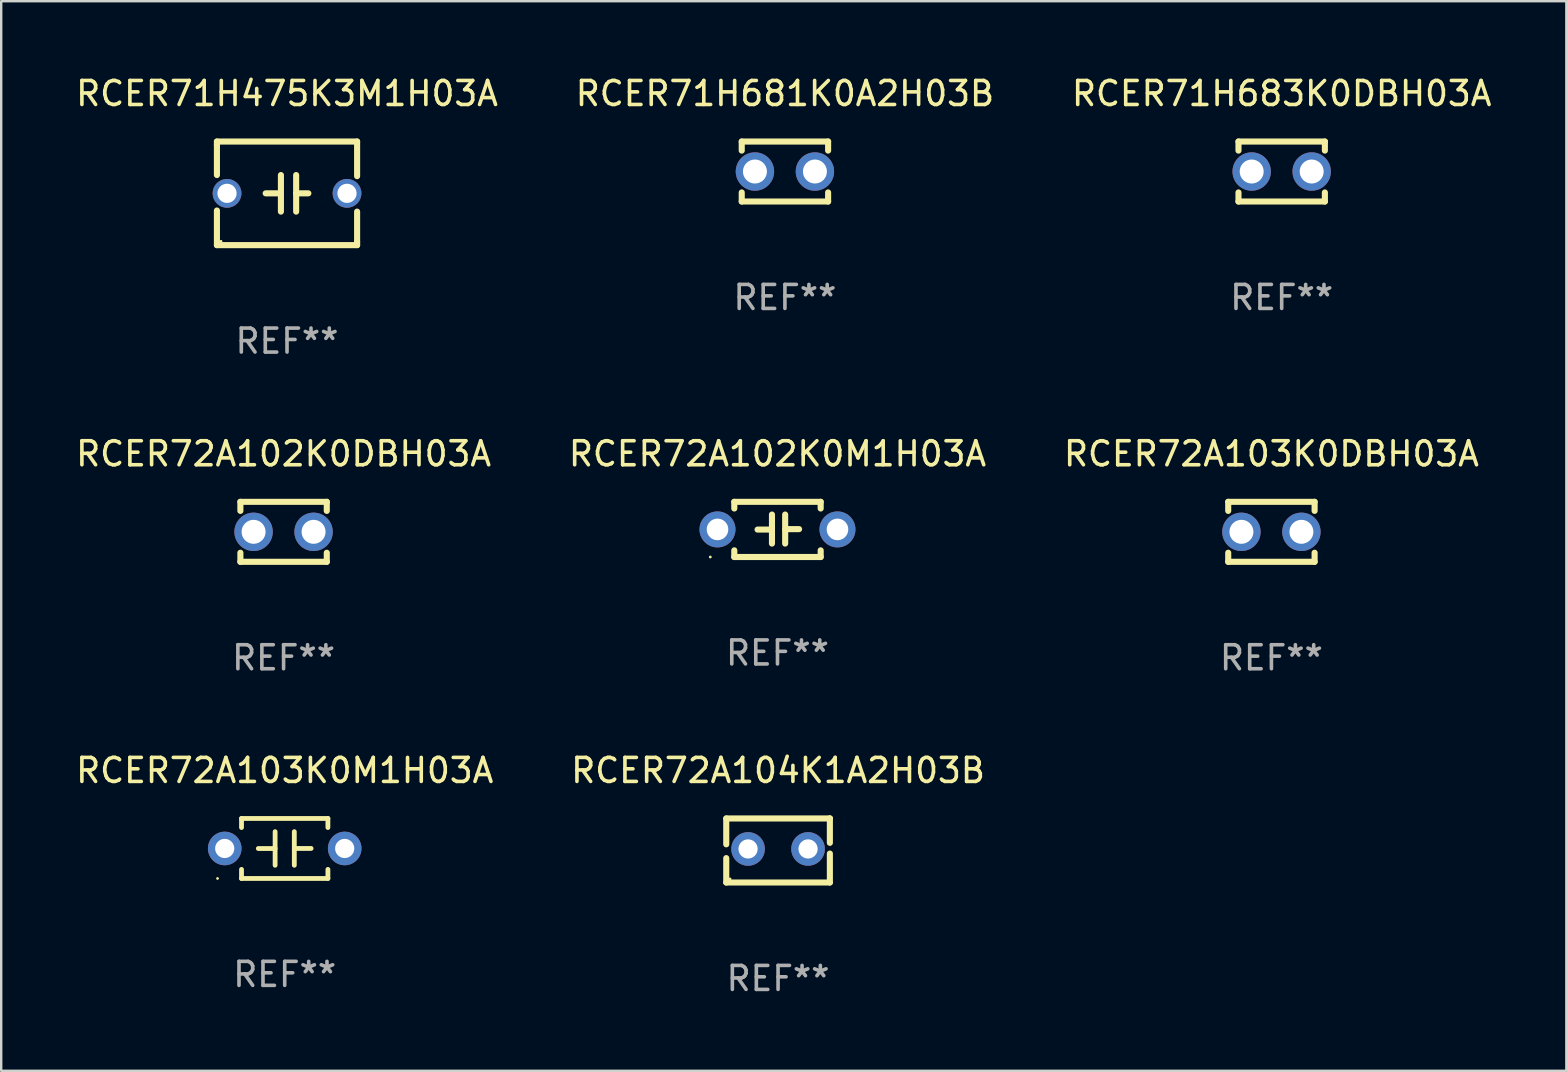
<source format=kicad_pcb>
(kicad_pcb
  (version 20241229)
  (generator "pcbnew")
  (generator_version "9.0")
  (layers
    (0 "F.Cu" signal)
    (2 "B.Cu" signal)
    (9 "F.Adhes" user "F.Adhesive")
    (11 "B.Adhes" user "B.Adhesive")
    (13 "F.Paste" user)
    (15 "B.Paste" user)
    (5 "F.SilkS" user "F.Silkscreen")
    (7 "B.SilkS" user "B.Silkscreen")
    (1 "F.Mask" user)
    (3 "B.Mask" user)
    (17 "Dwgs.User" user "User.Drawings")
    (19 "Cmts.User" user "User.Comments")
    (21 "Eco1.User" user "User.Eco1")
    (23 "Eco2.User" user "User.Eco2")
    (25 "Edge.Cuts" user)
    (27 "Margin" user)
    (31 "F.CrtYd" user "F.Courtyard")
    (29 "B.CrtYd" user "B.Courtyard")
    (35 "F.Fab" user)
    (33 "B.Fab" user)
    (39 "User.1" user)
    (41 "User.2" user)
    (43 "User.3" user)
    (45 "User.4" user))
  (footprint "RCER71H475K3M1H03A"
    (layer "F.Cu")
    (at 8.911 5.007)
    (property "Reference" "RCER71H475K3M1H03A" (at 0 -4.159 0) (layer "F.SilkS") (effects (font (size 1 1) (thickness 0.15))))
    (attr through_hole)
    (fp_line (start -2.921 -2.159) (end 2.921 -2.159) (stroke (width 0.254) (type solid)) (layer "F.SilkS"))
    (fp_line (start -2.921 -2.032) (end -2.921 -2.159) (stroke (width 0.254) (type solid)) (layer "F.SilkS"))
    (fp_line (start -2.921 -0.762) (end -2.921 -2.032) (stroke (width 0.254) (type solid)) (layer "F.SilkS"))
    (fp_line (start -2.921 2.159) (end -2.921 0.716) (stroke (width 0.254) (type solid)) (layer "F.SilkS"))
    (fp_line (start -0.381 -0.000025) (end -0.889 -0.000025) (stroke (width 0.254) (type solid)) (layer "F.SilkS"))
    (fp_line (start -0.254 -0.762) (end -0.254 0.762) (stroke (width 0.254) (type solid)) (layer "F.SilkS"))
    (fp_line (start 0.381 -0.762) (end 0.381 0.762) (stroke (width 0.254) (type solid)) (layer "F.SilkS"))
    (fp_line (start 0.381 0.000025) (end 0.889 0.000025) (stroke (width 0.254) (type solid)) (layer "F.SilkS"))
    (fp_line (start 2.921 -2.159) (end 2.921 -0.716) (stroke (width 0.254) (type solid)) (layer "F.SilkS"))
    (fp_line (start 2.921 0.762) (end 2.921 2.032) (stroke (width 0.254) (type solid)) (layer "F.SilkS"))
    (fp_line (start 2.921 2.032) (end 2.921 2.159) (stroke (width 0.254) (type solid)) (layer "F.SilkS"))
    (fp_line (start 2.921 2.159) (end -2.921 2.159) (stroke (width 0.254) (type solid)) (layer "F.SilkS"))
    (fp_circle (center -2.75 2) (end -2.72 2) (stroke (width 0.06) (type solid)) (fill no) (layer "F.SilkS"))
    (fp_text user "REF**" (at 0 6.159 0) (layer "F.Fab") (effects (font (size 1 1) (thickness 0.15))))
    (pad "1" thru_hole circle (at -2.5 0) (size 1.2 1.2) (drill 0.8) (layers "*.Cu" "*.Mask"))
    (pad "2" thru_hole circle (at 2.5 0) (size 1.2 1.2) (drill 0.8) (layers "*.Cu" "*.Mask")))
  (footprint "RCER72A103K0M1H03A"
    (layer "F.Cu")
    (at 8.815 32.309)
    (property "Reference" "RCER72A103K0M1H03A" (at 0 -3.25 0) (layer "F.SilkS") (effects (font (size 1 1) (thickness 0.15))))
    (attr through_hole)
    (fp_line (start -1.8 -1.25) (end -1.8 -0.872) (stroke (width 0.2) (type solid)) (layer "F.SilkS"))
    (fp_line (start -1.8 -1.25) (end 1.8 -1.25) (stroke (width 0.2) (type solid)) (layer "F.SilkS"))
    (fp_line (start -1.8 0.872) (end -1.8 1.25) (stroke (width 0.2) (type solid)) (layer "F.SilkS"))
    (fp_line (start -1.8 1.25) (end 1.8 1.25) (stroke (width 0.2) (type solid)) (layer "F.SilkS"))
    (fp_line (start -0.4 -0.7) (end -0.4 0.7) (stroke (width 0.2) (type solid)) (layer "F.SilkS"))
    (fp_line (start -0.4 0.002) (end -1.1 0.002) (stroke (width 0.2) (type solid)) (layer "F.SilkS"))
    (fp_line (start 0.4 -0.001) (end 1.1 -0.001) (stroke (width 0.2) (type solid)) (layer "F.SilkS"))
    (fp_line (start 0.4 0.7) (end 0.4 -0.7) (stroke (width 0.2) (type solid)) (layer "F.SilkS"))
    (fp_line (start 1.8 -1.25) (end 1.8 -0.872) (stroke (width 0.2) (type solid)) (layer "F.SilkS"))
    (fp_line (start 1.8 0.872) (end 1.8 1.25) (stroke (width 0.2) (type solid)) (layer "F.SilkS"))
    (fp_circle (center -2.8 1.25) (end -2.77 1.25) (stroke (width 0.06) (type solid)) (fill no) (layer "F.SilkS"))
    (fp_text user "REF**" (at 0 5.25 0) (layer "F.Fab") (effects (font (size 1 1) (thickness 0.15))))
    (pad "1" thru_hole circle (at -2.5 0) (size 1.4 1.4) (drill 0.8) (layers "*.Cu" "*.Mask"))
    (pad "2" thru_hole circle (at 2.5 0) (size 1.4 1.4) (drill 0.8) (layers "*.Cu" "*.Mask")))
  (footprint "RCER72A103K0DBH03A"
    (layer "F.Cu")
    (at 49.935 19.113)
    (property "Reference" "RCER72A103K0DBH03A" (at 0 -3.25 0) (layer "F.SilkS") (effects (font (size 1 1) (thickness 0.15))))
    (attr through_hole)
    (fp_line (start -1.8 -1.25) (end -1.8 -0.872) (stroke (width 0.254) (type solid)) (layer "F.SilkS"))
    (fp_line (start -1.8 -1.25) (end 1.8 -1.25) (stroke (width 0.254) (type solid)) (layer "F.SilkS"))
    (fp_line (start -1.8 0.872) (end -1.8 1.25) (stroke (width 0.254) (type solid)) (layer "F.SilkS"))
    (fp_line (start -1.8 1.25) (end 1.8 1.25) (stroke (width 0.254) (type solid)) (layer "F.SilkS"))
    (fp_line (start 1.8 -1.25) (end 1.8 -0.872) (stroke (width 0.254) (type solid)) (layer "F.SilkS"))
    (fp_line (start 1.8 0.872) (end 1.8 1.25) (stroke (width 0.254) (type solid)) (layer "F.SilkS"))
    (fp_circle (center -1.8 1.25) (end -1.77 1.25) (stroke (width 0.06) (type solid)) (fill no) (layer "F.SilkS"))
    (fp_text user "REF**" (at 0 5.25 0) (layer "F.Fab") (effects (font (size 1 1) (thickness 0.15))))
    (pad "1" thru_hole circle (at -1.25 0) (size 1.6 1.6) (drill 1) (layers "*.Cu" "*.Mask"))
    (pad "2" thru_hole circle (at 1.25 0) (size 1.6 1.6) (drill 1) (layers "*.Cu" "*.Mask")))
  (footprint "RCER72A104K1A2H03B"
    (layer "F.Cu")
    (at 29.375 32.393)
    (property "Reference" "RCER72A104K1A2H03B" (at 0 -3.334 0) (layer "F.SilkS") (effects (font (size 1 1) (thickness 0.15))))
    (attr through_hole)
    (fp_line (start -2.159 -1.334) (end 2.159 -1.334) (stroke (width 0.254) (type solid)) (layer "F.SilkS"))
    (fp_line (start -2.159 -0.256) (end -2.159 -1.334) (stroke (width 0.254) (type solid)) (layer "F.SilkS"))
    (fp_line (start -2.159 1.334) (end -2.159 0.318) (stroke (width 0.254) (type solid)) (layer "F.SilkS"))
    (fp_line (start 2.159 -1.334) (end 2.159 -1.334) (stroke (width 0.254) (type solid)) (layer "F.SilkS"))
    (fp_line (start 2.159 -1.334) (end 2.159 -0.318) (stroke (width 0.254) (type solid)) (layer "F.SilkS"))
    (fp_line (start 2.159 0.129) (end 2.159 1.334) (stroke (width 0.254) (type solid)) (layer "F.SilkS"))
    (fp_line (start 2.159 1.334) (end -2.159 1.334) (stroke (width 0.254) (type solid)) (layer "F.SilkS"))
    (fp_circle (center -2 1.186) (end -1.97 1.186) (stroke (width 0.06) (type solid)) (fill no) (layer "F.SilkS"))
    (fp_text user "REF**" (at 0 5.334 0) (layer "F.Fab") (effects (font (size 1 1) (thickness 0.15))))
    (pad "1" thru_hole circle (at -1.25 -0.064) (size 1.4 1.4) (drill 0.8) (layers "*.Cu" "*.Mask"))
    (pad "2" thru_hole circle (at 1.25 -0.064) (size 1.4 1.4) (drill 0.8) (layers "*.Cu" "*.Mask")))
  (footprint "RCER71H683K0DBH03A"
    (layer "F.Cu")
    (at 50.363 4.098)
    (property "Reference" "RCER71H683K0DBH03A" (at 0 -3.25 0) (layer "F.SilkS") (effects (font (size 1 1) (thickness 0.15))))
    (attr through_hole)
    (fp_line (start -1.8 -1.25) (end -1.8 -0.872) (stroke (width 0.254) (type solid)) (layer "F.SilkS"))
    (fp_line (start -1.8 -1.25) (end 1.8 -1.25) (stroke (width 0.254) (type solid)) (layer "F.SilkS"))
    (fp_line (start -1.8 0.872) (end -1.8 1.25) (stroke (width 0.254) (type solid)) (layer "F.SilkS"))
    (fp_line (start -1.8 1.25) (end 1.8 1.25) (stroke (width 0.254) (type solid)) (layer "F.SilkS"))
    (fp_line (start 1.8 -1.25) (end 1.8 -0.872) (stroke (width 0.254) (type solid)) (layer "F.SilkS"))
    (fp_line (start 1.8 0.872) (end 1.8 1.25) (stroke (width 0.254) (type solid)) (layer "F.SilkS"))
    (fp_circle (center -1.8 1.25) (end -1.77 1.25) (stroke (width 0.06) (type solid)) (fill no) (layer "F.SilkS"))
    (fp_text user "REF**" (at 0 5.25 0) (layer "F.Fab") (effects (font (size 1 1) (thickness 0.15))))
    (pad "1" thru_hole circle (at -1.25 0) (size 1.6 1.6) (drill 1) (layers "*.Cu" "*.Mask"))
    (pad "2" thru_hole circle (at 1.25 0) (size 1.6 1.6) (drill 1) (layers "*.Cu" "*.Mask")))
  (footprint "RCER72A102K0DBH03A"
    (layer "F.Cu")
    (at 8.768 19.113)
    (property "Reference" "RCER72A102K0DBH03A" (at 0 -3.25 0) (layer "F.SilkS") (effects (font (size 1 1) (thickness 0.15))))
    (attr through_hole)
    (fp_line (start -1.8 -1.25) (end -1.8 -0.872) (stroke (width 0.254) (type solid)) (layer "F.SilkS"))
    (fp_line (start -1.8 -1.25) (end 1.8 -1.25) (stroke (width 0.254) (type solid)) (layer "F.SilkS"))
    (fp_line (start -1.8 0.872) (end -1.8 1.25) (stroke (width 0.254) (type solid)) (layer "F.SilkS"))
    (fp_line (start -1.8 1.25) (end 1.8 1.25) (stroke (width 0.254) (type solid)) (layer "F.SilkS"))
    (fp_line (start 1.8 -1.25) (end 1.8 -0.872) (stroke (width 0.254) (type solid)) (layer "F.SilkS"))
    (fp_line (start 1.8 0.872) (end 1.8 1.25) (stroke (width 0.254) (type solid)) (layer "F.SilkS"))
    (fp_circle (center -1.8 1.25) (end -1.77 1.25) (stroke (width 0.06) (type solid)) (fill no) (layer "F.SilkS"))
    (fp_text user "REF**" (at 0 5.25 0) (layer "F.Fab") (effects (font (size 1 1) (thickness 0.15))))
    (pad "1" thru_hole circle (at -1.25 0) (size 1.6 1.6) (drill 1) (layers "*.Cu" "*.Mask"))
    (pad "2" thru_hole circle (at 1.25 0) (size 1.6 1.6) (drill 1) (layers "*.Cu" "*.Mask")))
  (footprint "RCER71H681K0A2H03B"
    (layer "F.Cu")
    (at 29.661 4.098)
    (property "Reference" "RCER71H681K0A2H03B" (at 0 -3.25 0) (layer "F.SilkS") (effects (font (size 1 1) (thickness 0.15))))
    (attr through_hole)
    (fp_line (start -1.8 -1.25) (end -1.8 -0.872) (stroke (width 0.254) (type solid)) (layer "F.SilkS"))
    (fp_line (start -1.8 -1.25) (end 1.8 -1.25) (stroke (width 0.254) (type solid)) (layer "F.SilkS"))
    (fp_line (start -1.8 0.872) (end -1.8 1.25) (stroke (width 0.254) (type solid)) (layer "F.SilkS"))
    (fp_line (start -1.8 1.25) (end 1.8 1.25) (stroke (width 0.254) (type solid)) (layer "F.SilkS"))
    (fp_line (start 1.8 -1.25) (end 1.8 -0.872) (stroke (width 0.254) (type solid)) (layer "F.SilkS"))
    (fp_line (start 1.8 0.872) (end 1.8 1.25) (stroke (width 0.254) (type solid)) (layer "F.SilkS"))
    (fp_circle (center -1.8 1.25) (end -1.77 1.25) (stroke (width 0.06) (type solid)) (fill no) (layer "F.SilkS"))
    (fp_text user "REF**" (at 0 5.25 0) (layer "F.Fab") (effects (font (size 1 1) (thickness 0.15))))
    (pad "1" thru_hole circle (at -1.25 0) (size 1.6 1.6) (drill 1) (layers "*.Cu" "*.Mask"))
    (pad "2" thru_hole circle (at 1.25 0) (size 1.6 1.6) (drill 1) (layers "*.Cu" "*.Mask")))
  (footprint "RCER72A102K0M1H03A"
    (layer "F.Cu")
    (at 29.351 19.013)
    (property "Reference" "RCER72A102K0M1H03A" (at 0 -3.15 0) (layer "F.SilkS") (effects (font (size 1 1) (thickness 0.15))))
    (attr through_hole)
    (fp_line (start -1.8 -1.15) (end -1.8 -0.872) (stroke (width 0.254) (type solid)) (layer "F.SilkS"))
    (fp_line (start -1.8 -1.15) (end 1.8 -1.15) (stroke (width 0.254) (type solid)) (layer "F.SilkS"))
    (fp_line (start -1.8 0.872) (end -1.8 1.15) (stroke (width 0.254) (type solid)) (layer "F.SilkS"))
    (fp_line (start -1.8 1.15) (end 1.8 1.15) (stroke (width 0.254) (type solid)) (layer "F.SilkS"))
    (fp_line (start -0.23 -0.62) (end -0.23 0.59) (stroke (width 0.254) (type solid)) (layer "F.SilkS"))
    (fp_line (start -0.23 0.007) (end -0.83 0.007) (stroke (width 0.254) (type solid)) (layer "F.SilkS"))
    (fp_line (start 0.32 -0.62) (end 0.32 0.59) (stroke (width 0.254) (type solid)) (layer "F.SilkS"))
    (fp_line (start 0.32 -0.012) (end 0.9 -0.012) (stroke (width 0.254) (type solid)) (layer "F.SilkS"))
    (fp_line (start 1.8 -1.15) (end 1.8 -0.872) (stroke (width 0.254) (type solid)) (layer "F.SilkS"))
    (fp_line (start 1.8 0.872) (end 1.8 1.15) (stroke (width 0.254) (type solid)) (layer "F.SilkS"))
    (fp_circle (center -2.8 1.15) (end -2.77 1.15) (stroke (width 0.06) (type solid)) (fill no) (layer "F.SilkS"))
    (fp_text user "REF**" (at 0 5.15 0) (layer "F.Fab") (effects (font (size 1 1) (thickness 0.15))))
    (pad "1" thru_hole circle (at -2.5 0) (size 1.5 1.5) (drill 0.9) (layers "*.Cu" "*.Mask"))
    (pad "2" thru_hole circle (at 2.5 0) (size 1.5 1.5) (drill 0.9) (layers "*.Cu" "*.Mask")))
  (gr_rect
    (start -3 -3)
    (end 62.226 41.575)
    (stroke (width 0.1) (type default))
    (fill no)
    (layer "Edge.Cuts")))
</source>
